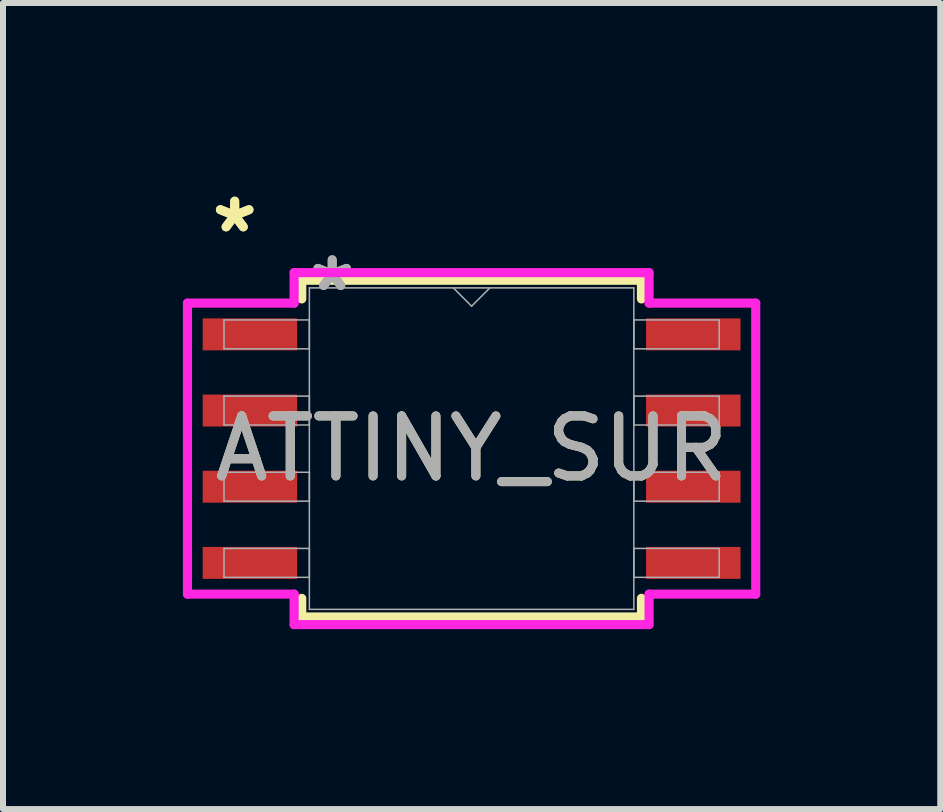
<source format=kicad_pcb>
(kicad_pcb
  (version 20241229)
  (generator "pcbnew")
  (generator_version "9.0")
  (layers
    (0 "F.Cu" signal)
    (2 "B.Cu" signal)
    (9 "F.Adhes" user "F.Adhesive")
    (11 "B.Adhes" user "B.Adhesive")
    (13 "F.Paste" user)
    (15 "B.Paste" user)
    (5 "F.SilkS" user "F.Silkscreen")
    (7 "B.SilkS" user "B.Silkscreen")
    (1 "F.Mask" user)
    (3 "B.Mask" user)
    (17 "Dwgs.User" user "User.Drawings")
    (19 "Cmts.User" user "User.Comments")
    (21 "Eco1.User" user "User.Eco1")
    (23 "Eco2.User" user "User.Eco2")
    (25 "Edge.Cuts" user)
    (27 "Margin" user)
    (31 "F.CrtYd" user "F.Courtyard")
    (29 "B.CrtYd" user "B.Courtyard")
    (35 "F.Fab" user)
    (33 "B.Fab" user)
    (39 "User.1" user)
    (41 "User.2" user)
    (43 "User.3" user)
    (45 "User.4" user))
  (footprint "ATTINY_SUR"
    (layer "F.Cu")
    (at 4.813 4.43)
    (property "Reference" "ATTINY_SUR" (at 0 0 0) (unlocked yes) (layer "F.SilkS") (effects (font (size 1 1) (thickness 0.15))))
    (attr smd)
    (fp_line (start -2.832 -2.807) (end -2.832 -2.496) (stroke (width 0.152) (type solid)) (layer "F.SilkS"))
    (fp_line (start -2.832 2.496) (end -2.832 2.807) (stroke (width 0.152) (type solid)) (layer "F.SilkS"))
    (fp_line (start -2.832 2.807) (end 2.832 2.807) (stroke (width 0.152) (type solid)) (layer "F.SilkS"))
    (fp_line (start 2.832 -2.807) (end -2.832 -2.807) (stroke (width 0.152) (type solid)) (layer "F.SilkS"))
    (fp_line (start 2.832 -2.496) (end 2.832 -2.807) (stroke (width 0.152) (type solid)) (layer "F.SilkS"))
    (fp_line (start 2.832 2.807) (end 2.832 2.496) (stroke (width 0.152) (type solid)) (layer "F.SilkS"))
    (fp_line (start -4.737 -2.426) (end -2.959 -2.426) (stroke (width 0.152) (type solid)) (layer "F.CrtYd"))
    (fp_line (start -4.737 2.426) (end -4.737 -2.426) (stroke (width 0.152) (type solid)) (layer "F.CrtYd"))
    (fp_line (start -4.737 2.426) (end -2.959 2.426) (stroke (width 0.152) (type solid)) (layer "F.CrtYd"))
    (fp_line (start -2.959 -2.934) (end 2.959 -2.934) (stroke (width 0.152) (type solid)) (layer "F.CrtYd"))
    (fp_line (start -2.959 -2.426) (end -2.959 -2.934) (stroke (width 0.152) (type solid)) (layer "F.CrtYd"))
    (fp_line (start -2.959 2.934) (end -2.959 2.426) (stroke (width 0.152) (type solid)) (layer "F.CrtYd"))
    (fp_line (start 2.959 -2.934) (end 2.959 -2.426) (stroke (width 0.152) (type solid)) (layer "F.CrtYd"))
    (fp_line (start 2.959 2.426) (end 2.959 2.934) (stroke (width 0.152) (type solid)) (layer "F.CrtYd"))
    (fp_line (start 2.959 2.934) (end -2.959 2.934) (stroke (width 0.152) (type solid)) (layer "F.CrtYd"))
    (fp_line (start 4.737 -2.426) (end 2.959 -2.426) (stroke (width 0.152) (type solid)) (layer "F.CrtYd"))
    (fp_line (start 4.737 -2.426) (end 4.737 2.426) (stroke (width 0.152) (type solid)) (layer "F.CrtYd"))
    (fp_line (start 4.737 2.426) (end 2.959 2.426) (stroke (width 0.152) (type solid)) (layer "F.CrtYd"))
    (fp_line (start -4.128 -2.146) (end -4.128 -1.664) (stroke (width 0.025) (type solid)) (layer "F.Fab"))
    (fp_line (start -4.128 -1.664) (end -2.705 -1.664) (stroke (width 0.025) (type solid)) (layer "F.Fab"))
    (fp_line (start -4.128 -0.876) (end -4.128 -0.394) (stroke (width 0.025) (type solid)) (layer "F.Fab"))
    (fp_line (start -4.128 -0.394) (end -2.705 -0.394) (stroke (width 0.025) (type solid)) (layer "F.Fab"))
    (fp_line (start -4.128 0.394) (end -4.128 0.876) (stroke (width 0.025) (type solid)) (layer "F.Fab"))
    (fp_line (start -4.128 0.876) (end -2.705 0.876) (stroke (width 0.025) (type solid)) (layer "F.Fab"))
    (fp_line (start -4.128 1.664) (end -4.128 2.146) (stroke (width 0.025) (type solid)) (layer "F.Fab"))
    (fp_line (start -4.128 2.146) (end -2.705 2.146) (stroke (width 0.025) (type solid)) (layer "F.Fab"))
    (fp_line (start -2.705 -2.68) (end -2.705 2.68) (stroke (width 0.025) (type solid)) (layer "F.Fab"))
    (fp_line (start -2.705 -2.146) (end -4.128 -2.146) (stroke (width 0.025) (type solid)) (layer "F.Fab"))
    (fp_line (start -2.705 -1.664) (end -2.705 -2.146) (stroke (width 0.025) (type solid)) (layer "F.Fab"))
    (fp_line (start -2.705 -0.876) (end -4.128 -0.876) (stroke (width 0.025) (type solid)) (layer "F.Fab"))
    (fp_line (start -2.705 -0.394) (end -2.705 -0.876) (stroke (width 0.025) (type solid)) (layer "F.Fab"))
    (fp_line (start -2.705 0.394) (end -4.128 0.394) (stroke (width 0.025) (type solid)) (layer "F.Fab"))
    (fp_line (start -2.705 0.876) (end -2.705 0.394) (stroke (width 0.025) (type solid)) (layer "F.Fab"))
    (fp_line (start -2.705 1.664) (end -4.128 1.664) (stroke (width 0.025) (type solid)) (layer "F.Fab"))
    (fp_line (start -2.705 2.146) (end -2.705 1.664) (stroke (width 0.025) (type solid)) (layer "F.Fab"))
    (fp_line (start -2.705 2.68) (end 2.705 2.68) (stroke (width 0.025) (type solid)) (layer "F.Fab"))
    (fp_line (start -0.305 -2.68) (end 0 -2.375) (stroke (width 0.025) (type solid)) (layer "F.Fab"))
    (fp_line (start 0 -2.375) (end 0.305 -2.68) (stroke (width 0.025) (type solid)) (layer "F.Fab"))
    (fp_line (start 2.705 -2.68) (end -2.705 -2.68) (stroke (width 0.025) (type solid)) (layer "F.Fab"))
    (fp_line (start 2.705 -2.146) (end 2.705 -1.664) (stroke (width 0.025) (type solid)) (layer "F.Fab"))
    (fp_line (start 2.705 -1.664) (end 4.128 -1.664) (stroke (width 0.025) (type solid)) (layer "F.Fab"))
    (fp_line (start 2.705 -0.876) (end 2.705 -0.394) (stroke (width 0.025) (type solid)) (layer "F.Fab"))
    (fp_line (start 2.705 -0.394) (end 4.128 -0.394) (stroke (width 0.025) (type solid)) (layer "F.Fab"))
    (fp_line (start 2.705 0.394) (end 2.705 0.876) (stroke (width 0.025) (type solid)) (layer "F.Fab"))
    (fp_line (start 2.705 0.876) (end 4.128 0.876) (stroke (width 0.025) (type solid)) (layer "F.Fab"))
    (fp_line (start 2.705 1.664) (end 2.705 2.146) (stroke (width 0.025) (type solid)) (layer "F.Fab"))
    (fp_line (start 2.705 2.146) (end 4.128 2.146) (stroke (width 0.025) (type solid)) (layer "F.Fab"))
    (fp_line (start 2.705 2.68) (end 2.705 -2.68) (stroke (width 0.025) (type solid)) (layer "F.Fab"))
    (fp_line (start 4.128 -2.146) (end 2.705 -2.146) (stroke (width 0.025) (type solid)) (layer "F.Fab"))
    (fp_line (start 4.128 -1.664) (end 4.128 -2.146) (stroke (width 0.025) (type solid)) (layer "F.Fab"))
    (fp_line (start 4.128 -0.876) (end 2.705 -0.876) (stroke (width 0.025) (type solid)) (layer "F.Fab"))
    (fp_line (start 4.128 -0.394) (end 4.128 -0.876) (stroke (width 0.025) (type solid)) (layer "F.Fab"))
    (fp_line (start 4.128 0.394) (end 2.705 0.394) (stroke (width 0.025) (type solid)) (layer "F.Fab"))
    (fp_line (start 4.128 0.876) (end 4.128 0.394) (stroke (width 0.025) (type solid)) (layer "F.Fab"))
    (fp_line (start 4.128 1.664) (end 2.705 1.664) (stroke (width 0.025) (type solid)) (layer "F.Fab"))
    (fp_line (start 4.128 2.146) (end 4.128 1.664) (stroke (width 0.025) (type solid)) (layer "F.Fab"))
    (fp_text user "*" (at -3.95 -3.581 0) (layer "F.SilkS") (effects (font (size 1 1) (thickness 0.15))))
    (fp_text user "*" (at -3.95 -3.581 0) (unlocked yes) (layer "F.SilkS") (effects (font (size 1 1) (thickness 0.15))))
    (fp_text user "*" (at -2.324 -2.603 0) (layer "F.Fab") (effects (font (size 1 1) (thickness 0.15))))
    (fp_text user "*" (at -2.324 -2.603 0) (unlocked yes) (layer "F.Fab") (effects (font (size 1 1) (thickness 0.15))))
    (fp_text user "${REFERENCE}" (at 0 0 0) (unlocked yes) (layer "F.Fab") (effects (font (size 1 1) (thickness 0.15))))
    (pad "1" smd rect (at -3.696 -1.905) (size 1.575 0.533) (layers "F.Cu" "F.Mask" "F.Paste"))
    (pad "2" smd rect (at -3.696 -0.635) (size 1.575 0.533) (layers "F.Cu" "F.Mask" "F.Paste"))
    (pad "3" smd rect (at -3.696 0.635) (size 1.575 0.533) (layers "F.Cu" "F.Mask" "F.Paste"))
    (pad "4" smd rect (at -3.696 1.905) (size 1.575 0.533) (layers "F.Cu" "F.Mask" "F.Paste"))
    (pad "5" smd rect (at 3.696 1.905) (size 1.575 0.533) (layers "F.Cu" "F.Mask" "F.Paste"))
    (pad "6" smd rect (at 3.696 0.635) (size 1.575 0.533) (layers "F.Cu" "F.Mask" "F.Paste"))
    (pad "7" smd rect (at 3.696 -0.635) (size 1.575 0.533) (layers "F.Cu" "F.Mask" "F.Paste"))
    (pad "8" smd rect (at 3.696 -1.905) (size 1.575 0.533) (layers "F.Cu" "F.Mask" "F.Paste")))
  (gr_rect
    (start -3 -3)
    (end 12.627 10.44)
    (stroke (width 0.1) (type default))
    (fill no)
    (layer "Edge.Cuts")))
</source>
